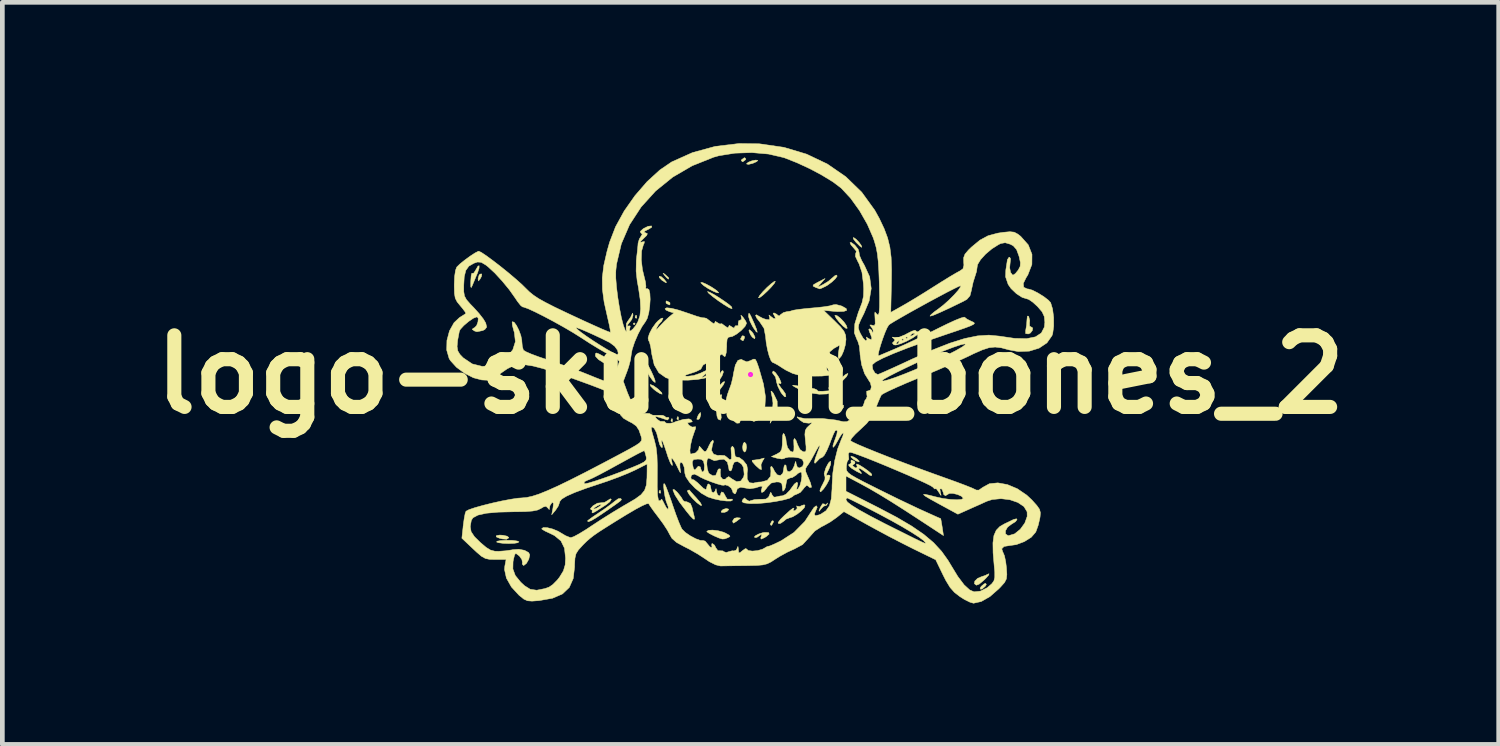
<source format=kicad_pcb>
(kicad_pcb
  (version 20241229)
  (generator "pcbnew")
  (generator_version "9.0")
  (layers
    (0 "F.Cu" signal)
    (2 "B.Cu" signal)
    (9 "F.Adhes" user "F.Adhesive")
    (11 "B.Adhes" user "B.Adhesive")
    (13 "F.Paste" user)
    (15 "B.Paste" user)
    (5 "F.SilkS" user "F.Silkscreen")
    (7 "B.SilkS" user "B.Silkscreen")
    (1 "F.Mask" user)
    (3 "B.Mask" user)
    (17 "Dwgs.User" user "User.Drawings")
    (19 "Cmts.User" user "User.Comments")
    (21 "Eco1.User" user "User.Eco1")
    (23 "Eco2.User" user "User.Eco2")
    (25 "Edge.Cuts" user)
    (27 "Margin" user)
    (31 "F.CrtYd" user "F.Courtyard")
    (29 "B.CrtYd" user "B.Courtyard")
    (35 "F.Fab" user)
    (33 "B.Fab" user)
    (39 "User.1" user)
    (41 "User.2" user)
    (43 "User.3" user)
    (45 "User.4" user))
  (footprint "logo-skull_n_bones_2"
    (layer "F.Cu")
    (at 12.925 4.922)
    (property "Reference" "logo-skull_n_bones_2" (at 0 0 0) (layer "F.SilkS") (effects (font (size 1.524 1.524) (thickness 0.3))))
    (attr through_hole)
    (fp_poly (pts (xy -2.455 -1.079) (xy -2.477 -1.058) (xy -2.498 -1.079) (xy -2.477 -1.101) (xy -2.455 -1.079)) (stroke (width 0.01) (type solid)) (fill yes) (layer "F.SilkS"))
    (fp_poly (pts (xy -2.427 -1.256) (xy -2.422 -1.206) (xy -2.427 -1.199) (xy -2.452 -1.205) (xy -2.455 -1.228) (xy -2.44 -1.263) (xy -2.427 -1.256)) (stroke (width 0.01) (type solid)) (fill yes) (layer "F.SilkS"))
    (fp_poly (pts (xy -1.919 2.469) (xy -1.914 2.52) (xy -1.919 2.526) (xy -1.944 2.52) (xy -1.947 2.498) (xy -1.932 2.463) (xy -1.919 2.469)) (stroke (width 0.01) (type solid)) (fill yes) (layer "F.SilkS"))
    (fp_poly (pts (xy -1.665 0.945) (xy -1.66 0.996) (xy -1.665 1.002) (xy -1.69 0.996) (xy -1.693 0.974) (xy -1.678 0.939) (xy -1.665 0.945)) (stroke (width 0.01) (type solid)) (fill yes) (layer "F.SilkS"))
    (fp_poly (pts (xy -1.538 0.903) (xy -1.533 0.953) (xy -1.538 0.96) (xy -1.563 0.954) (xy -1.566 0.931) (xy -1.551 0.896) (xy -1.538 0.903)) (stroke (width 0.01) (type solid)) (fill yes) (layer "F.SilkS"))
    (fp_poly (pts (xy 0.489 3.119) (xy 0.482 3.152) (xy 0.448 3.211) (xy 0.426 3.201) (xy 0.423 3.177) (xy 0.454 3.12) (xy 0.465 3.112) (xy 0.489 3.119)) (stroke (width 0.01) (type solid)) (fill yes) (layer "F.SilkS"))
    (fp_poly (pts (xy 1.98 0.699) (xy 1.937 0.748) (xy 1.897 0.762) (xy 1.88 0.738) (xy 1.906 0.697) (xy 1.958 0.653) (xy 1.979 0.652) (xy 1.98 0.699)) (stroke (width 0.01) (type solid)) (fill yes) (layer "F.SilkS"))
    (fp_poly (pts (xy -5.726 -2.091) (xy -5.757 -2.032) (xy -5.79 -1.992) (xy -5.799 -2.03) (xy -5.799 -2.04) (xy -5.777 -2.117) (xy -5.757 -2.138) (xy -5.72 -2.141) (xy -5.726 -2.091)) (stroke (width 0.01) (type solid)) (fill yes) (layer "F.SilkS"))
    (fp_poly (pts (xy -1.901 -2.083) (xy -1.842 -2.032) (xy -1.789 -1.965) (xy -1.799 -1.952) (xy -1.87 -1.996) (xy -1.886 -2.007) (xy -1.94 -2.062) (xy -1.943 -2.092) (xy -1.901 -2.083)) (stroke (width 0.01) (type solid)) (fill yes) (layer "F.SilkS"))
    (fp_poly (pts (xy -1.84 -2.146) (xy -1.81 -2.122) (xy -1.744 -2.06) (xy -1.744 -2.033) (xy -1.752 -2.032) (xy -1.787 -2.061) (xy -1.826 -2.106) (xy -1.862 -2.156) (xy -1.84 -2.146)) (stroke (width 0.01) (type solid)) (fill yes) (layer "F.SilkS"))
    (fp_poly (pts (xy -1.723 -1.535) (xy -1.714 -1.524) (xy -1.716 -1.485) (xy -1.731 -1.482) (xy -1.791 -1.513) (xy -1.799 -1.524) (xy -1.797 -1.563) (xy -1.783 -1.566) (xy -1.723 -1.535)) (stroke (width 0.01) (type solid)) (fill yes) (layer "F.SilkS"))
    (fp_poly (pts (xy -0.471 2.863) (xy -0.466 2.877) (xy -0.501 2.914) (xy -0.553 2.934) (xy -0.617 2.935) (xy -0.625 2.911) (xy -0.583 2.871) (xy -0.518 2.852) (xy -0.471 2.863)) (stroke (width 0.01) (type solid)) (fill yes) (layer "F.SilkS"))
    (fp_poly (pts (xy -0.133 -0.816) (xy -0.127 -0.786) (xy -0.149 -0.728) (xy -0.169 -0.72) (xy -0.21 -0.75) (xy -0.212 -0.76) (xy -0.181 -0.817) (xy -0.169 -0.826) (xy -0.133 -0.816)) (stroke (width 0.01) (type solid)) (fill yes) (layer "F.SilkS"))
    (fp_poly (pts (xy -0.099 -4.588) (xy -0.106 -4.572) (xy -0.162 -4.531) (xy -0.174 -4.53) (xy -0.197 -4.556) (xy -0.191 -4.572) (xy -0.134 -4.613) (xy -0.122 -4.614) (xy -0.099 -4.588)) (stroke (width 0.01) (type solid)) (fill yes) (layer "F.SilkS"))
    (fp_poly (pts (xy -0.095 1.476) (xy -0.085 1.545) (xy -0.099 1.625) (xy -0.127 1.651) (xy -0.159 1.615) (xy -0.169 1.545) (xy -0.155 1.466) (xy -0.127 1.439) (xy -0.095 1.476)) (stroke (width 0.01) (type solid)) (fill yes) (layer "F.SilkS"))
    (fp_poly (pts (xy 2.207 1.759) (xy 2.267 1.798) (xy 2.314 1.844) (xy 2.307 1.86) (xy 2.243 1.837) (xy 2.183 1.798) (xy 2.136 1.752) (xy 2.143 1.736) (xy 2.207 1.759)) (stroke (width 0.01) (type solid)) (fill yes) (layer "F.SilkS"))
    (fp_poly (pts (xy 5.019 4.47) (xy 4.995 4.508) (xy 4.932 4.562) (xy 4.9 4.572) (xy 4.887 4.547) (xy 4.911 4.508) (xy 4.974 4.455) (xy 5.006 4.445) (xy 5.019 4.47)) (stroke (width 0.01) (type solid)) (fill yes) (layer "F.SilkS"))
    (fp_poly (pts (xy -1.059 0.845) (xy -1.059 0.855) (xy -1.081 0.931) (xy -1.101 0.953) (xy -1.14 0.955) (xy -1.142 0.944) (xy -1.121 0.883) (xy -1.101 0.847) (xy -1.068 0.807) (xy -1.059 0.845)) (stroke (width 0.01) (type solid)) (fill yes) (layer "F.SilkS"))
    (fp_poly (pts (xy -0.224 3.053) (xy -0.215 3.06) (xy -0.259 3.093) (xy -0.307 3.129) (xy -0.364 3.163) (xy -0.38 3.135) (xy -0.381 3.117) (xy -0.345 3.06) (xy -0.289 3.048) (xy -0.224 3.053)) (stroke (width 0.01) (type solid)) (fill yes) (layer "F.SilkS"))
    (fp_poly (pts (xy 0.031 -0.908) (xy 0.059 -0.869) (xy 0.096 -0.795) (xy 0.089 -0.762) (xy 0.087 -0.762) (xy 0.037 -0.795) (xy -0.002 -0.85) (xy -0.035 -0.934) (xy -0.02 -0.954) (xy 0.031 -0.908)) (stroke (width 0.01) (type solid)) (fill yes) (layer "F.SilkS"))
    (fp_poly (pts (xy -5.271 3.421) (xy -5.18 3.441) (xy -5.145 3.47) (xy -5.146 3.476) (xy -5.192 3.506) (xy -5.283 3.499) (xy -5.345 3.484) (xy -5.413 3.455) (xy -5.409 3.429) (xy -5.341 3.417) (xy -5.271 3.421)) (stroke (width 0.01) (type solid)) (fill yes) (layer "F.SilkS"))
    (fp_poly (pts (xy 0.155 -4.558) (xy 0.133 -4.533) (xy 0.055 -4.498) (xy 0.044 -4.494) (xy -0.043 -4.473) (xy -0.084 -4.482) (xy -0.085 -4.485) (xy -0.049 -4.518) (xy 0.03 -4.549) (xy 0.112 -4.565) (xy 0.155 -4.558)) (stroke (width 0.01) (type solid)) (fill yes) (layer "F.SilkS"))
    (fp_poly (pts (xy -2.067 0.238) (xy -1.977 0.302) (xy -1.96 0.316) (xy -1.89 0.388) (xy -1.882 0.418) (xy -1.926 0.406) (xy -2.011 0.352) (xy -2.053 0.319) (xy -2.121 0.254) (xy -2.138 0.217) (xy -2.13 0.213) (xy -2.067 0.238)) (stroke (width 0.01) (type solid)) (fill yes) (layer "F.SilkS"))
    (fp_poly (pts (xy -0.551 0.158) (xy -0.578 0.219) (xy -0.645 0.31) (xy -0.68 0.349) (xy -0.746 0.412) (xy -0.773 0.423) (xy -0.766 0.402) (xy -0.707 0.304) (xy -0.641 0.217) (xy -0.584 0.16) (xy -0.553 0.15) (xy -0.551 0.158)) (stroke (width 0.01) (type solid)) (fill yes) (layer "F.SilkS"))
    (fp_poly (pts (xy 1.841 -1.253) (xy 1.912 -1.199) (xy 1.987 -1.121) (xy 2.037 -1.048) (xy 2.059 -0.986) (xy 2.033 -0.982) (xy 1.968 -1.032) (xy 1.894 -1.109) (xy 1.826 -1.194) (xy 1.796 -1.252) (xy 1.798 -1.262) (xy 1.841 -1.253)) (stroke (width 0.01) (type solid)) (fill yes) (layer "F.SilkS"))
    (fp_poly (pts (xy 2.198 -2.914) (xy 2.248 -2.879) (xy 2.307 -2.817) (xy 2.354 -2.753) (xy 2.369 -2.713) (xy 2.362 -2.709) (xy 2.324 -2.737) (xy 2.254 -2.806) (xy 2.24 -2.821) (xy 2.189 -2.888) (xy 2.188 -2.915) (xy 2.198 -2.914)) (stroke (width 0.01) (type solid)) (fill yes) (layer "F.SilkS"))
    (fp_poly (pts (xy -5.066 3.53) (xy -4.965 3.544) (xy -4.929 3.56) (xy -4.952 3.58) (xy -5.033 3.593) (xy -5.146 3.597) (xy -5.264 3.593) (xy -5.362 3.58) (xy -5.405 3.565) (xy -5.394 3.548) (xy -5.316 3.534) (xy -5.204 3.528) (xy -5.066 3.53)) (stroke (width 0.01) (type solid)) (fill yes) (layer "F.SilkS"))
    (fp_poly (pts (xy -0.949 -1.927) (xy -0.85 -1.874) (xy -0.754 -1.812) (xy -0.701 -1.771) (xy -0.677 -1.738) (xy -0.713 -1.741) (xy -0.794 -1.774) (xy -0.9 -1.83) (xy -0.997 -1.894) (xy -1.053 -1.946) (xy -1.058 -1.959) (xy -1.027 -1.96) (xy -0.949 -1.927)) (stroke (width 0.01) (type solid)) (fill yes) (layer "F.SilkS"))
    (fp_poly (pts (xy 0.486 0.399) (xy 0.567 0.566) (xy 0.569 0.746) (xy 0.508 0.893) (xy 0.416 1.037) (xy 0.447 0.868) (xy 0.472 0.715) (xy 0.478 0.606) (xy 0.465 0.504) (xy 0.452 0.445) (xy 0.435 0.362) (xy 0.446 0.352) (xy 0.486 0.399)) (stroke (width 0.01) (type solid)) (fill yes) (layer "F.SilkS"))
    (fp_poly (pts (xy 0.511 -1.946) (xy 0.447 -1.868) (xy 0.359 -1.777) (xy 0.262 -1.688) (xy 0.194 -1.637) (xy 0.169 -1.634) (xy 0.196 -1.684) (xy 0.263 -1.763) (xy 0.35 -1.852) (xy 0.437 -1.93) (xy 0.503 -1.979) (xy 0.528 -1.984) (xy 0.511 -1.946)) (stroke (width 0.01) (type solid)) (fill yes) (layer "F.SilkS"))
    (fp_poly (pts (xy -1.302 2.459) (xy -1.269 2.498) (xy -1.198 2.578) (xy -1.145 2.636) (xy -1.062 2.736) (xy -1.039 2.786) (xy -1.069 2.782) (xy -1.144 2.726) (xy -1.227 2.646) (xy -1.304 2.556) (xy -1.342 2.489) (xy -1.341 2.47) (xy -1.305 2.456) (xy -1.302 2.459)) (stroke (width 0.01) (type solid)) (fill yes) (layer "F.SilkS"))
    (fp_poly (pts (xy 0.008 -1.242) (xy 0.065 -1.116) (xy 0.077 -1.09) (xy 0.13 -0.959) (xy 0.143 -0.899) (xy 0.12 -0.912) (xy 0.059 -0.999) (xy 0.042 -1.027) (xy -0.014 -1.139) (xy -0.042 -1.235) (xy -0.042 -1.245) (xy -0.039 -1.298) (xy -0.024 -1.3) (xy 0.008 -1.242)) (stroke (width 0.01) (type solid)) (fill yes) (layer "F.SilkS"))
    (fp_poly (pts (xy -2.223 -0.262) (xy -2.171 -0.18) (xy -2.115 -0.072) (xy -2.065 0.038) (xy -2.032 0.126) (xy -2.029 0.168) (xy -2.032 0.169) (xy -2.075 0.137) (xy -2.136 0.055) (xy -2.151 0.032) (xy -2.221 -0.1) (xy -2.264 -0.211) (xy -2.273 -0.281) (xy -2.257 -0.296) (xy -2.223 -0.262)) (stroke (width 0.01) (type solid)) (fill yes) (layer "F.SilkS"))
    (fp_poly (pts (xy -0.577 -0.053) (xy -0.605 0.025) (xy -0.608 0.032) (xy -0.666 0.122) (xy -0.735 0.205) (xy -0.799 0.264) (xy -0.84 0.281) (xy -0.847 0.267) (xy -0.818 0.21) (xy -0.763 0.149) (xy -0.689 0.061) (xy -0.654 -0.006) (xy -0.616 -0.071) (xy -0.589 -0.085) (xy -0.577 -0.053)) (stroke (width 0.01) (type solid)) (fill yes) (layer "F.SilkS"))
    (fp_poly (pts (xy 0.279 1.809) (xy 0.26 1.833) (xy 0.223 1.918) (xy 0.227 1.968) (xy 0.234 2.022) (xy 0.195 2.012) (xy 0.116 1.942) (xy 0.097 1.922) (xy 0.037 1.853) (xy 0.035 1.825) (xy 0.083 1.82) (xy 0.193 1.805) (xy 0.24 1.791) (xy 0.292 1.777) (xy 0.279 1.809)) (stroke (width 0.01) (type solid)) (fill yes) (layer "F.SilkS"))
    (fp_poly (pts (xy 1.636 2.754) (xy 1.609 2.789) (xy 1.599 2.787) (xy 1.554 2.805) (xy 1.504 2.857) (xy 1.461 2.91) (xy 1.458 2.897) (xy 1.488 2.825) (xy 1.533 2.751) (xy 1.568 2.755) (xy 1.569 2.755) (xy 1.603 2.781) (xy 1.622 2.755) (xy 1.638 2.734) (xy 1.636 2.754)) (stroke (width 0.01) (type solid)) (fill yes) (layer "F.SilkS"))
    (fp_poly (pts (xy 2.074 -0.016) (xy 2.042 0.046) (xy 1.961 0.129) (xy 1.856 0.21) (xy 1.791 0.249) (xy 1.708 0.285) (xy 1.662 0.294) (xy 1.67 0.275) (xy 1.714 0.247) (xy 1.798 0.189) (xy 1.904 0.1) (xy 1.937 0.071) (xy 2.018 0.003) (xy 2.067 -0.023) (xy 2.074 -0.016)) (stroke (width 0.01) (type solid)) (fill yes) (layer "F.SilkS"))
    (fp_poly (pts (xy 5.069 4.268) (xy 5.011 4.334) (xy 4.964 4.38) (xy 4.867 4.461) (xy 4.808 4.484) (xy 4.769 4.455) (xy 4.765 4.45) (xy 4.774 4.397) (xy 4.833 4.339) (xy 4.914 4.304) (xy 4.919 4.303) (xy 5.006 4.273) (xy 5.027 4.261) (xy 5.076 4.24) (xy 5.069 4.268)) (stroke (width 0.01) (type solid)) (fill yes) (layer "F.SilkS"))
    (fp_poly (pts (xy -0.874 -1.754) (xy -0.785 -1.707) (xy -0.672 -1.638) (xy -0.557 -1.561) (xy -0.46 -1.491) (xy -0.403 -1.44) (xy -0.4 -1.435) (xy -0.393 -1.401) (xy -0.451 -1.42) (xy -0.572 -1.494) (xy -0.69 -1.574) (xy -0.807 -1.661) (xy -0.888 -1.729) (xy -0.916 -1.765) (xy -0.915 -1.766) (xy -0.874 -1.754)) (stroke (width 0.01) (type solid)) (fill yes) (layer "F.SilkS"))
    (fp_poly (pts (xy -0.691 3.325) (xy -0.579 3.355) (xy -0.533 3.375) (xy -0.451 3.421) (xy -0.438 3.449) (xy -0.486 3.474) (xy -0.487 3.475) (xy -0.552 3.498) (xy -0.603 3.501) (xy -0.672 3.479) (xy -0.772 3.436) (xy -0.871 3.386) (xy -0.927 3.348) (xy -0.931 3.34) (xy -0.895 3.316) (xy -0.806 3.311) (xy -0.691 3.325)) (stroke (width 0.01) (type solid)) (fill yes) (layer "F.SilkS"))
    (fp_poly (pts (xy 5.916 -1.242) (xy 5.922 -1.234) (xy 5.943 -1.146) (xy 5.938 -1.096) (xy 5.941 -1.03) (xy 5.967 -1.016) (xy 6.006 -0.991) (xy 5.998 -0.936) (xy 5.956 -0.883) (xy 5.912 -0.864) (xy 5.856 -0.872) (xy 5.856 -0.934) (xy 5.858 -0.945) (xy 5.877 -1.058) (xy 5.884 -1.164) (xy 5.893 -1.244) (xy 5.916 -1.242)) (stroke (width 0.01) (type solid)) (fill yes) (layer "F.SilkS"))
    (fp_poly (pts (xy 0.384 3.363) (xy 0.396 3.395) (xy 0.333 3.45) (xy 0.288 3.476) (xy 0.225 3.503) (xy 0.218 3.476) (xy 0.229 3.445) (xy 0.243 3.393) (xy 0.214 3.41) (xy 0.206 3.418) (xy 0.138 3.464) (xy 0.11 3.471) (xy 0.08 3.459) (xy 0.108 3.429) (xy 0.175 3.394) (xy 0.259 3.367) (xy 0.295 3.361) (xy 0.384 3.363)) (stroke (width 0.01) (type solid)) (fill yes) (layer "F.SilkS"))
    (fp_poly (pts (xy -5.778 -2.265) (xy -5.81 -2.164) (xy -5.815 -2.154) (xy -5.869 -2.024) (xy -5.917 -1.908) (xy -5.918 -1.905) (xy -5.943 -1.852) (xy -5.954 -1.864) (xy -5.955 -1.948) (xy -5.954 -1.996) (xy -5.946 -2.103) (xy -5.932 -2.156) (xy -5.924 -2.154) (xy -5.892 -2.158) (xy -5.849 -2.224) (xy -5.848 -2.227) (xy -5.802 -2.307) (xy -5.777 -2.316) (xy -5.778 -2.265)) (stroke (width 0.01) (type solid)) (fill yes) (layer "F.SilkS"))
    (fp_poly (pts (xy -2.766 2.639) (xy -2.751 2.652) (xy -2.749 2.666) (xy -2.77 2.69) (xy -2.827 2.733) (xy -2.93 2.806) (xy -3.086 2.915) (xy -3.265 3.035) (xy -3.385 3.107) (xy -3.451 3.133) (xy -3.471 3.117) (xy -3.439 3.089) (xy -3.353 3.027) (xy -3.233 2.946) (xy -3.228 2.943) (xy -3.087 2.847) (xy -2.963 2.756) (xy -2.889 2.697) (xy -2.815 2.644) (xy -2.767 2.638) (xy -2.766 2.639)) (stroke (width 0.01) (type solid)) (fill yes) (layer "F.SilkS"))
    (fp_poly (pts (xy -1.569 2.496) (xy -1.545 2.523) (xy -1.477 2.61) (xy -1.441 2.67) (xy -1.439 2.678) (xy -1.404 2.703) (xy -1.355 2.709) (xy -1.28 2.745) (xy -1.246 2.826) (xy -1.219 2.941) (xy -1.2 3.016) (xy -1.191 3.078) (xy -1.217 3.077) (xy -1.283 3.01) (xy -1.365 2.91) (xy -1.512 2.716) (xy -1.608 2.564) (xy -1.65 2.464) (xy -1.651 2.45) (xy -1.628 2.446) (xy -1.569 2.496)) (stroke (width 0.01) (type solid)) (fill yes) (layer "F.SilkS"))
    (fp_poly (pts (xy -0.611 0.434) (xy -0.624 0.502) (xy -0.629 0.514) (xy -0.644 0.612) (xy -0.64 0.746) (xy -0.634 0.789) (xy -0.623 0.919) (xy -0.64 0.972) (xy -0.688 0.949) (xy -0.691 0.945) (xy -0.714 0.885) (xy -0.72 0.816) (xy -0.734 0.748) (xy -0.762 0.741) (xy -0.797 0.753) (xy -0.796 0.719) (xy -0.758 0.625) (xy -0.733 0.573) (xy -0.678 0.477) (xy -0.633 0.428) (xy -0.611 0.434)) (stroke (width 0.01) (type solid)) (fill yes) (layer "F.SilkS"))
    (fp_poly (pts (xy 0.953 0.233) (xy 1.08 0.255) (xy 1.23 0.278) (xy 1.259 0.282) (xy 1.363 0.304) (xy 1.416 0.329) (xy 1.418 0.339) (xy 1.444 0.354) (xy 1.531 0.356) (xy 1.599 0.351) (xy 1.715 0.344) (xy 1.755 0.354) (xy 1.736 0.377) (xy 1.625 0.414) (xy 1.464 0.419) (xy 1.28 0.393) (xy 1.1 0.34) (xy 1.037 0.313) (xy 0.929 0.257) (xy 0.894 0.23) (xy 0.929 0.229) (xy 0.953 0.233)) (stroke (width 0.01) (type solid)) (fill yes) (layer "F.SilkS"))
    (fp_poly (pts (xy 0.53 -0.041) (xy 0.59 0.042) (xy 0.618 0.092) (xy 0.65 0.169) (xy 0.645 0.196) (xy 0.638 0.193) (xy 0.596 0.181) (xy 0.603 0.218) (xy 0.653 0.29) (xy 0.682 0.322) (xy 0.74 0.405) (xy 0.753 0.47) (xy 0.724 0.472) (xy 0.669 0.412) (xy 0.643 0.373) (xy 0.584 0.256) (xy 0.552 0.154) (xy 0.55 0.135) (xy 0.532 0.052) (xy 0.508 0.021) (xy 0.467 -0.035) (xy 0.466 -0.047) (xy 0.484 -0.075) (xy 0.53 -0.041)) (stroke (width 0.01) (type solid)) (fill yes) (layer "F.SilkS"))
    (fp_poly (pts (xy 1.844 -2.095) (xy 1.806 -2.04) (xy 1.733 -1.971) (xy 1.645 -1.906) (xy 1.6 -1.879) (xy 1.516 -1.839) (xy 1.473 -1.823) (xy 1.473 -1.823) (xy 1.429 -1.839) (xy 1.376 -1.859) (xy 1.33 -1.884) (xy 1.342 -1.913) (xy 1.422 -1.959) (xy 1.44 -1.968) (xy 1.587 -2.044) (xy 1.503 -1.947) (xy 1.418 -1.851) (xy 1.548 -1.918) (xy 1.655 -1.983) (xy 1.732 -2.049) (xy 1.733 -2.05) (xy 1.798 -2.105) (xy 1.832 -2.117) (xy 1.844 -2.095)) (stroke (width 0.01) (type solid)) (fill yes) (layer "F.SilkS"))
    (fp_poly (pts (xy -3.227 -0.439) (xy -3.123 -0.383) (xy -3.075 -0.356) (xy -2.963 -0.289) (xy -2.912 -0.241) (xy -2.911 -0.192) (xy -2.927 -0.155) (xy -2.97 -0.075) (xy -2.993 -0.051) (xy -3.016 -0.067) (xy -3.02 -0.071) (xy -3.047 -0.123) (xy -3.033 -0.155) (xy -3.006 -0.148) (xy -2.966 -0.138) (xy -2.963 -0.145) (xy -2.997 -0.176) (xy -3.084 -0.228) (xy -3.133 -0.254) (xy -3.235 -0.319) (xy -3.295 -0.382) (xy -3.302 -0.403) (xy -3.299 -0.446) (xy -3.28 -0.459) (xy -3.227 -0.439)) (stroke (width 0.01) (type solid)) (fill yes) (layer "F.SilkS"))
    (fp_poly (pts (xy 1.16 2.787) (xy 1.145 2.834) (xy 1.08 2.902) (xy 0.99 2.973) (xy 0.898 3.028) (xy 0.834 3.048) (xy 0.757 3.078) (xy 0.72 3.111) (xy 0.643 3.166) (xy 0.6 3.175) (xy 0.587 3.151) (xy 0.638 3.082) (xy 0.715 3.006) (xy 0.839 2.894) (xy 0.91 2.842) (xy 0.926 2.849) (xy 0.91 2.878) (xy 0.917 2.902) (xy 0.95 2.895) (xy 0.993 2.85) (xy 0.988 2.821) (xy 0.982 2.795) (xy 0.995 2.804) (xy 1.052 2.809) (xy 1.082 2.792) (xy 1.142 2.772) (xy 1.16 2.787)) (stroke (width 0.01) (type solid)) (fill yes) (layer "F.SilkS"))
    (fp_poly (pts (xy 1.707 1.851) (xy 1.706 1.912) (xy 1.671 2.006) (xy 1.67 2.008) (xy 1.621 2.11) (xy 1.614 2.15) (xy 1.647 2.14) (xy 1.651 2.138) (xy 1.689 2.145) (xy 1.693 2.167) (xy 1.672 2.242) (xy 1.62 2.341) (xy 1.556 2.434) (xy 1.5 2.491) (xy 1.484 2.498) (xy 1.477 2.466) (xy 1.509 2.386) (xy 1.532 2.345) (xy 1.584 2.236) (xy 1.586 2.172) (xy 1.58 2.166) (xy 1.567 2.109) (xy 1.601 1.995) (xy 1.61 1.975) (xy 1.659 1.884) (xy 1.698 1.846) (xy 1.707 1.851)) (stroke (width 0.01) (type solid)) (fill yes) (layer "F.SilkS"))
    (fp_poly (pts (xy -2.963 2.656) (xy -2.995 2.708) (xy -3.069 2.768) (xy -3.187 2.844) (xy -3.29 2.91) (xy -3.357 2.946) (xy -3.375 2.938) (xy -3.372 2.932) (xy -3.37 2.885) (xy -3.395 2.877) (xy -3.403 2.86) (xy -3.344 2.86) (xy -3.313 2.86) (xy -3.26 2.836) (xy -3.193 2.793) (xy -3.175 2.77) (xy -3.206 2.77) (xy -3.26 2.794) (xy -3.326 2.838) (xy -3.344 2.86) (xy -3.403 2.86) (xy -3.406 2.854) (xy -3.358 2.799) (xy -3.348 2.791) (xy -3.258 2.738) (xy -3.183 2.73) (xy -3.183 2.73) (xy -3.107 2.722) (xy -3.042 2.683) (xy -2.984 2.645) (xy -2.963 2.656)) (stroke (width 0.01) (type solid)) (fill yes) (layer "F.SilkS"))
    (fp_poly (pts (xy 2.214 1.851) (xy 2.223 1.863) (xy 2.218 1.902) (xy 2.201 1.905) (xy 2.174 1.931) (xy 2.18 1.947) (xy 2.236 1.988) (xy 2.249 1.99) (xy 2.272 1.964) (xy 2.265 1.947) (xy 2.256 1.908) (xy 2.263 1.905) (xy 2.318 1.927) (xy 2.405 1.981) (xy 2.497 2.046) (xy 2.564 2.103) (xy 2.582 2.127) (xy 2.573 2.155) (xy 2.533 2.14) (xy 2.446 2.076) (xy 2.444 2.074) (xy 2.351 2.01) (xy 2.303 1.993) (xy 2.308 2.025) (xy 2.334 2.06) (xy 2.365 2.102) (xy 2.348 2.105) (xy 2.27 2.067) (xy 2.257 2.06) (xy 2.152 1.996) (xy 2.093 1.942) (xy 2.093 1.909) (xy 2.117 1.905) (xy 2.144 1.879) (xy 2.138 1.863) (xy 2.14 1.824) (xy 2.154 1.82) (xy 2.214 1.851)) (stroke (width 0.01) (type solid)) (fill yes) (layer "F.SilkS"))
    (fp_poly (pts (xy 0.098 -0.326) (xy 0.128 -0.278) (xy 0.167 -0.17) (xy 0.181 -0.127) (xy 0.276 0.205) (xy 0.318 0.473) (xy 0.307 0.679) (xy 0.294 0.726) (xy 0.227 0.876) (xy 0.149 0.97) (xy 0.071 0.998) (xy 0.029 0.98) (xy -0.033 0.952) (xy -0.056 0.959) (xy -0.105 0.958) (xy -0.147 0.932) (xy -0.197 0.903) (xy -0.211 0.947) (xy -0.212 0.961) (xy -0.234 1.031) (xy -0.291 1.036) (xy -0.371 0.978) (xy -0.446 0.886) (xy -0.516 0.767) (xy -0.537 0.664) (xy -0.526 0.565) (xy -0.492 0.427) (xy -0.449 0.307) (xy -0.444 0.296) (xy -0.407 0.192) (xy -0.373 0.046) (xy -0.361 -0.03) (xy -0.323 -0.202) (xy -0.268 -0.301) (xy -0.198 -0.324) (xy -0.151 -0.299) (xy -0.079 -0.27) (xy 0.001 -0.297) (xy 0.061 -0.327) (xy 0.098 -0.326)) (stroke (width 0.01) (type solid)) (fill yes) (layer "F.SilkS"))
    (fp_poly (pts (xy 3.514 -0.934) (xy 3.546 -0.909) (xy 3.588 -0.915) (xy 3.631 -0.923) (xy 3.609 -0.895) (xy 3.577 -0.868) (xy 3.46 -0.785) (xy 3.324 -0.711) (xy 3.193 -0.655) (xy 3.092 -0.628) (xy 3.051 -0.633) (xy 3.047 -0.638) (xy 3.101 -0.638) (xy 3.107 -0.635) (xy 3.145 -0.665) (xy 3.154 -0.677) (xy 3.165 -0.717) (xy 3.159 -0.72) (xy 3.12 -0.69) (xy 3.111 -0.677) (xy 3.101 -0.638) (xy 3.047 -0.638) (xy 3.019 -0.671) (xy 3.048 -0.699) (xy 3.076 -0.736) (xy 3.071 -0.741) (xy 3.217 -0.741) (xy 3.239 -0.72) (xy 3.26 -0.741) (xy 3.239 -0.762) (xy 3.217 -0.741) (xy 3.071 -0.741) (xy 3.042 -0.771) (xy 3.03 -0.783) (xy 3.302 -0.783) (xy 3.323 -0.762) (xy 3.344 -0.783) (xy 3.323 -0.804) (xy 3.302 -0.783) (xy 3.03 -0.783) (xy 3.015 -0.797) (xy 3.062 -0.787) (xy 3.064 -0.786) (xy 3.155 -0.792) (xy 3.215 -0.816) (xy 3.391 -0.816) (xy 3.433 -0.825) (xy 3.441 -0.828) (xy 3.493 -0.862) (xy 3.494 -0.881) (xy 3.449 -0.876) (xy 3.418 -0.852) (xy 3.391 -0.816) (xy 3.215 -0.816) (xy 3.286 -0.845) (xy 3.329 -0.869) (xy 3.433 -0.922) (xy 3.5 -0.943) (xy 3.514 -0.934)) (stroke (width 0.01) (type solid)) (fill yes) (layer "F.SilkS"))
    (fp_poly (pts (xy 1.922 -1.464) (xy 1.947 -1.455) (xy 2.036 -1.405) (xy 2.047 -1.366) (xy 1.985 -1.344) (xy 1.856 -1.34) (xy 1.77 -1.346) (xy 1.556 -1.366) (xy 1.794 -1.136) (xy 1.918 -1.011) (xy 1.99 -0.918) (xy 2.024 -0.838) (xy 2.032 -0.748) (xy 2.032 -0.747) (xy 2.018 -0.63) (xy 1.983 -0.505) (xy 1.937 -0.4) (xy 1.89 -0.343) (xy 1.877 -0.339) (xy 1.866 -0.375) (xy 1.872 -0.465) (xy 1.875 -0.483) (xy 1.898 -0.627) (xy 1.775 -0.557) (xy 1.686 -0.483) (xy 1.675 -0.414) (xy 1.674 -0.321) (xy 1.65 -0.252) (xy 1.619 -0.157) (xy 1.629 -0.087) (xy 1.672 -0.063) (xy 1.715 -0.085) (xy 1.766 -0.11) (xy 1.775 -0.081) (xy 1.739 -0.021) (xy 1.727 -0.008) (xy 1.656 0.018) (xy 1.521 0.032) (xy 1.341 0.034) (xy 1.137 0.023) (xy 1.019 0.011) (xy 0.896 -0.024) (xy 0.754 -0.093) (xy 0.694 -0.13) (xy 0.584 -0.201) (xy 0.5 -0.246) (xy 0.474 -0.254) (xy 0.438 -0.292) (xy 0.398 -0.392) (xy 0.361 -0.53) (xy 0.333 -0.684) (xy 0.32 -0.814) (xy 0.287 -0.985) (xy 0.198 -1.118) (xy 0.131 -1.203) (xy 0.106 -1.259) (xy 0.127 -1.272) (xy 0.179 -1.24) (xy 0.262 -1.196) (xy 0.331 -1.173) (xy 0.401 -1.166) (xy 0.409 -1.203) (xy 0.403 -1.22) (xy 0.392 -1.266) (xy 0.426 -1.242) (xy 0.429 -1.238) (xy 0.493 -1.192) (xy 0.531 -1.192) (xy 0.519 -1.234) (xy 0.508 -1.249) (xy 0.481 -1.302) (xy 0.5 -1.312) (xy 0.562 -1.281) (xy 0.574 -1.265) (xy 0.612 -1.245) (xy 0.636 -1.272) (xy 0.701 -1.319) (xy 0.769 -1.337) (xy 0.845 -1.348) (xy 0.868 -1.355) (xy 0.908 -1.368) (xy 1.019 -1.386) (xy 1.187 -1.405) (xy 1.397 -1.424) (xy 1.556 -1.441) (xy 1.683 -1.461) (xy 1.753 -1.481) (xy 1.757 -1.483) (xy 1.82 -1.49) (xy 1.922 -1.464)) (stroke (width 0.01) (type solid)) (fill yes) (layer "F.SilkS"))
    (fp_poly (pts (xy -1.679 -1.409) (xy -1.52 -1.368) (xy -1.314 -1.299) (xy -1.274 -1.285) (xy -1.135 -1.237) (xy -1.03 -1.209) (xy -0.981 -1.206) (xy -0.981 -1.206) (xy -0.939 -1.196) (xy -0.866 -1.141) (xy -0.86 -1.136) (xy -0.79 -1.084) (xy -0.762 -1.095) (xy -0.762 -1.098) (xy -0.75 -1.132) (xy -0.7 -1.102) (xy -0.699 -1.101) (xy -0.647 -1.072) (xy -0.635 -1.081) (xy -0.609 -1.081) (xy -0.55 -1.037) (xy -0.485 -0.993) (xy -0.466 -1.015) (xy -0.453 -1.047) (xy -0.403 -1.017) (xy -0.402 -1.016) (xy -0.351 -0.986) (xy -0.339 -1.013) (xy -0.313 -1.043) (xy -0.294 -1.035) (xy -0.262 -1.043) (xy -0.262 -1.086) (xy -0.251 -1.146) (xy -0.224 -1.154) (xy -0.19 -1.176) (xy -0.195 -1.218) (xy -0.205 -1.262) (xy -0.178 -1.24) (xy -0.152 -1.209) (xy -0.1 -1.132) (xy -0.085 -1.089) (xy -0.117 -1.024) (xy -0.196 -0.94) (xy -0.295 -0.862) (xy -0.386 -0.811) (xy -0.42 -0.804) (xy -0.473 -0.794) (xy -0.499 -0.749) (xy -0.508 -0.649) (xy -0.508 -0.593) (xy -0.516 -0.472) (xy -0.535 -0.395) (xy -0.55 -0.381) (xy -0.591 -0.413) (xy -0.593 -0.425) (xy -0.618 -0.432) (xy -0.68 -0.387) (xy -0.684 -0.384) (xy -0.792 -0.309) (xy -0.915 -0.252) (xy -1.004 -0.208) (xy -1.036 -0.161) (xy -1.034 -0.156) (xy -1.06 -0.113) (xy -1.157 -0.064) (xy -1.238 -0.036) (xy -1.357 0.002) (xy -1.401 0.024) (xy -1.377 0.035) (xy -1.332 0.037) (xy -1.211 0.021) (xy -1.072 -0.026) (xy -1.037 -0.042) (xy -0.911 -0.103) (xy -0.855 -0.12) (xy -0.869 -0.093) (xy -0.948 -0.02) (xy -0.953 -0.016) (xy -1.027 0.049) (xy -1.037 0.068) (xy -0.988 0.048) (xy -0.974 0.041) (xy -0.862 -0.027) (xy -0.767 -0.101) (xy -0.699 -0.151) (xy -0.683 -0.137) (xy -0.685 -0.127) (xy -0.732 -0.062) (xy -0.819 0.014) (xy -0.832 0.023) (xy -0.952 0.071) (xy -1.128 0.105) (xy -1.332 0.12) (xy -1.536 0.118) (xy -1.712 0.095) (xy -1.801 0.068) (xy -1.951 -0.038) (xy -2.05 -0.206) (xy -2.103 -0.441) (xy -2.105 -0.459) (xy -2.125 -0.594) (xy -2.151 -0.692) (xy -2.17 -0.725) (xy -2.181 -0.778) (xy -2.151 -0.873) (xy -2.091 -0.987) (xy -2.012 -1.097) (xy -1.966 -1.145) (xy -1.898 -1.198) (xy -1.864 -1.201) (xy -1.863 -1.195) (xy -1.894 -1.13) (xy -1.905 -1.122) (xy -1.955 -1.066) (xy -1.992 -1.003) (xy -2.012 -0.953) (xy -1.992 -0.964) (xy -1.939 -1.023) (xy -1.836 -1.131) (xy -1.736 -1.223) (xy -1.63 -1.311) (xy -1.725 -1.338) (xy -1.799 -1.372) (xy -1.82 -1.401) (xy -1.783 -1.421) (xy -1.679 -1.409)) (stroke (width 0.01) (type solid)) (fill yes) (layer "F.SilkS"))
    (fp_poly (pts (xy 0.191 -4.911) (xy 0.71 -4.836) (xy 1.194 -4.691) (xy 1.635 -4.481) (xy 2.028 -4.21) (xy 2.367 -3.881) (xy 2.644 -3.498) (xy 2.742 -3.321) (xy 2.845 -3.103) (xy 2.918 -2.907) (xy 2.966 -2.711) (xy 2.993 -2.493) (xy 3.002 -2.232) (xy 2.999 -1.95) (xy 2.985 -1.323) (xy 3.217 -1.453) (xy 3.347 -1.528) (xy 3.524 -1.634) (xy 3.723 -1.757) (xy 3.902 -1.87) (xy 4.083 -1.984) (xy 4.247 -2.085) (xy 4.376 -2.161) (xy 4.452 -2.203) (xy 4.454 -2.203) (xy 4.522 -2.251) (xy 4.542 -2.327) (xy 4.537 -2.395) (xy 4.536 -2.486) (xy 4.565 -2.563) (xy 4.639 -2.65) (xy 4.705 -2.714) (xy 4.883 -2.861) (xy 5.056 -2.954) (xy 5.26 -3.009) (xy 5.379 -3.027) (xy 5.521 -3.04) (xy 5.613 -3.03) (xy 5.691 -2.988) (xy 5.751 -2.941) (xy 5.912 -2.76) (xy 5.991 -2.558) (xy 5.989 -2.343) (xy 5.903 -2.121) (xy 5.865 -2.06) (xy 5.806 -1.939) (xy 5.815 -1.857) (xy 5.892 -1.822) (xy 5.917 -1.82) (xy 5.999 -1.796) (xy 6.117 -1.736) (xy 6.241 -1.659) (xy 6.342 -1.581) (xy 6.388 -1.53) (xy 6.429 -1.395) (xy 6.452 -1.216) (xy 6.453 -1.03) (xy 6.432 -0.873) (xy 6.417 -0.828) (xy 6.309 -0.674) (xy 6.142 -0.562) (xy 5.934 -0.498) (xy 5.7 -0.489) (xy 5.499 -0.526) (xy 5.339 -0.569) (xy 5.207 -0.585) (xy 5.079 -0.572) (xy 4.934 -0.525) (xy 4.747 -0.443) (xy 4.654 -0.397) (xy 4.476 -0.314) (xy 4.244 -0.21) (xy 3.979 -0.095) (xy 3.706 0.02) (xy 3.537 0.09) (xy 3.306 0.186) (xy 3.102 0.275) (xy 2.939 0.35) (xy 2.828 0.406) (xy 2.785 0.435) (xy 2.753 0.501) (xy 2.704 0.618) (xy 2.663 0.726) (xy 2.584 0.896) (xy 2.473 1.041) (xy 2.343 1.164) (xy 2.232 1.267) (xy 2.155 1.352) (xy 2.126 1.404) (xy 2.127 1.406) (xy 2.17 1.435) (xy 2.284 1.489) (xy 2.458 1.563) (xy 2.682 1.654) (xy 2.948 1.759) (xy 3.245 1.872) (xy 3.564 1.992) (xy 3.894 2.112) (xy 4.17 2.211) (xy 4.381 2.287) (xy 4.565 2.356) (xy 4.706 2.412) (xy 4.788 2.45) (xy 4.802 2.459) (xy 4.86 2.46) (xy 4.943 2.402) (xy 5.085 2.324) (xy 5.265 2.306) (xy 5.469 2.343) (xy 5.679 2.431) (xy 5.879 2.567) (xy 5.99 2.671) (xy 6.094 2.787) (xy 6.151 2.868) (xy 6.17 2.94) (xy 6.163 3.029) (xy 6.158 3.06) (xy 6.124 3.206) (xy 6.077 3.338) (xy 6.067 3.358) (xy 5.975 3.464) (xy 5.828 3.556) (xy 5.658 3.62) (xy 5.516 3.64) (xy 5.397 3.659) (xy 5.347 3.709) (xy 5.372 3.784) (xy 5.376 3.789) (xy 5.406 3.861) (xy 5.432 3.988) (xy 5.447 4.11) (xy 5.456 4.255) (xy 5.446 4.35) (xy 5.406 4.428) (xy 5.322 4.522) (xy 5.284 4.561) (xy 5.096 4.726) (xy 4.912 4.831) (xy 4.747 4.868) (xy 4.747 4.868) (xy 4.669 4.845) (xy 4.552 4.787) (xy 4.46 4.729) (xy 4.341 4.637) (xy 4.248 4.532) (xy 4.16 4.388) (xy 4.098 4.266) (xy 3.942 3.943) (xy 3.463 3.709) (xy 3.225 3.589) (xy 2.95 3.447) (xy 2.678 3.301) (xy 2.486 3.196) (xy 1.988 2.918) (xy 1.83 3.045) (xy 1.694 3.14) (xy 1.551 3.22) (xy 1.514 3.237) (xy 1.369 3.33) (xy 1.246 3.469) (xy 1.245 3.47) (xy 1.108 3.619) (xy 0.937 3.711) (xy 0.785 3.78) (xy 0.616 3.873) (xy 0.535 3.924) (xy 0.437 3.988) (xy 0.353 4.029) (xy 0.261 4.052) (xy 0.136 4.063) (xy -0.045 4.067) (xy -0.1 4.068) (xy -0.295 4.07) (xy -0.469 4.072) (xy -0.597 4.074) (xy -0.642 4.074) (xy -0.743 4.05) (xy -0.876 3.983) (xy -0.959 3.927) (xy -1.118 3.823) (xy -1.303 3.717) (xy -1.412 3.662) (xy -1.574 3.574) (xy -1.672 3.488) (xy -1.716 3.413) (xy -1.77 3.312) (xy -1.859 3.176) (xy -1.962 3.036) (xy -2.057 2.911) (xy -2.13 2.808) (xy -2.167 2.75) (xy -2.168 2.747) (xy -2.207 2.75) (xy -2.304 2.792) (xy -2.443 2.866) (xy -2.611 2.965) (xy -2.626 2.973) (xy -2.883 3.131) (xy -3.079 3.254) (xy -3.226 3.348) (xy -3.336 3.424) (xy -3.419 3.489) (xy -3.489 3.55) (xy -3.557 3.617) (xy -3.575 3.636) (xy -3.664 3.734) (xy -3.715 3.815) (xy -3.737 3.91) (xy -3.745 4.051) (xy -3.745 4.095) (xy -3.774 4.342) (xy -3.858 4.532) (xy -4.003 4.67) (xy -4.213 4.761) (xy -4.495 4.811) (xy -4.503 4.812) (xy -4.651 4.823) (xy -4.748 4.815) (xy -4.824 4.781) (xy -4.912 4.71) (xy -4.927 4.698) (xy -5.09 4.521) (xy -5.196 4.333) (xy -5.236 4.152) (xy -5.23 4.08) (xy -5.203 3.937) (xy -5.434 3.937) (xy -5.555 3.934) (xy -5.643 3.915) (xy -5.726 3.869) (xy -5.828 3.782) (xy -5.904 3.711) (xy -6.144 3.484) (xy -6.117 3.237) (xy -5.966 3.237) (xy -5.947 3.345) (xy -5.876 3.452) (xy -5.753 3.573) (xy -5.627 3.68) (xy -5.532 3.738) (xy -5.441 3.761) (xy -5.361 3.763) (xy -5.213 3.752) (xy -5.076 3.732) (xy -5.059 3.728) (xy -4.93 3.719) (xy -4.81 3.742) (xy -4.724 3.789) (xy -4.699 3.838) (xy -4.72 3.932) (xy -4.769 4.019) (xy -4.825 4.063) (xy -4.832 4.064) (xy -4.86 4.033) (xy -4.855 4.004) (xy -4.866 3.939) (xy -4.919 3.863) (xy -4.984 3.814) (xy -5.004 3.81) (xy -5.024 3.847) (xy -5.047 3.941) (xy -5.055 3.985) (xy -5.058 4.139) (xy -5.007 4.278) (xy -4.892 4.419) (xy -4.809 4.496) (xy -4.689 4.571) (xy -4.551 4.591) (xy -4.376 4.556) (xy -4.288 4.525) (xy -4.209 4.471) (xy -4.113 4.374) (xy -4.065 4.313) (xy -3.983 4.179) (xy -3.945 4.051) (xy -3.937 3.908) (xy -3.96 3.696) (xy -4.035 3.542) (xy -4.172 3.428) (xy -4.263 3.383) (xy -4.37 3.333) (xy -4.436 3.294) (xy -4.445 3.282) (xy -4.411 3.256) (xy -4.324 3.26) (xy -4.212 3.288) (xy -4.098 3.335) (xy -4.047 3.365) (xy -3.936 3.431) (xy -3.843 3.468) (xy -3.821 3.471) (xy -3.758 3.449) (xy -3.644 3.387) (xy -3.497 3.297) (xy -3.389 3.225) (xy -3.179 3.087) (xy -2.938 2.936) (xy -2.707 2.797) (xy -2.641 2.759) (xy -2.454 2.649) (xy -2.33 2.558) (xy -2.255 2.466) (xy -2.217 2.353) (xy -2.204 2.198) (xy -2.202 2.063) (xy -2.201 1.904) (xy -2.461 2.035) (xy -2.614 2.104) (xy -2.818 2.186) (xy -3.039 2.267) (xy -3.17 2.311) (xy -3.494 2.419) (xy -3.74 2.51) (xy -3.914 2.587) (xy -4.019 2.651) (xy -4.062 2.705) (xy -4.063 2.715) (xy -4.09 2.796) (xy -4.148 2.885) (xy -4.232 2.985) (xy -4.205 2.84) (xy -4.194 2.745) (xy -4.214 2.721) (xy -4.227 2.726) (xy -4.27 2.791) (xy -4.276 2.828) (xy -4.284 2.875) (xy -4.314 2.841) (xy -4.315 2.84) (xy -4.353 2.804) (xy -4.411 2.819) (xy -4.461 2.85) (xy -4.533 2.884) (xy -4.636 2.905) (xy -4.788 2.917) (xy -5.006 2.921) (xy -5.034 2.921) (xy -5.368 2.929) (xy -5.623 2.952) (xy -5.802 2.992) (xy -5.908 3.049) (xy -5.943 3.104) (xy -5.966 3.237) (xy -6.117 3.237) (xy -6.115 3.213) (xy -6.095 3.068) (xy -6.074 2.958) (xy -6.056 2.91) (xy -5.994 2.877) (xy -5.868 2.834) (xy -5.697 2.786) (xy -5.501 2.737) (xy -5.298 2.692) (xy -5.109 2.656) (xy -4.953 2.632) (xy -4.865 2.626) (xy -4.766 2.617) (xy -4.647 2.591) (xy -4.501 2.544) (xy -4.323 2.472) (xy -4.104 2.374) (xy -3.984 2.316) (xy -3.545 2.316) (xy -3.518 2.324) (xy -3.442 2.308) (xy -3.306 2.267) (xy -3.172 2.222) (xy -2.969 2.151) (xy -2.738 2.064) (xy -2.528 1.981) (xy -2.527 1.981) (xy -2.366 1.913) (xy -2.271 1.864) (xy -2.225 1.823) (xy -2.216 1.778) (xy -2.224 1.738) (xy -2.247 1.654) (xy -2.261 1.62) (xy -2.299 1.636) (xy -2.399 1.686) (xy -2.546 1.765) (xy -2.728 1.865) (xy -2.84 1.926) (xy -3.04 2.036) (xy -3.216 2.13) (xy -3.353 2.199) (xy -3.439 2.238) (xy -3.458 2.244) (xy -3.526 2.275) (xy -3.535 2.286) (xy -3.545 2.316) (xy -3.984 2.316) (xy -3.838 2.245) (xy -3.518 2.083) (xy -3.138 1.885) (xy -2.766 1.688) (xy -2.571 1.583) (xy -2.44 1.508) (xy -2.361 1.454) (xy -2.324 1.411) (xy -2.316 1.369) (xy -2.327 1.321) (xy -2.375 1.182) (xy -2.406 1.135) (xy -2.113 1.135) (xy -2.1 1.212) (xy -2.059 1.357) (xy -2.046 1.4) (xy -2.011 1.544) (xy -1.991 1.716) (xy -1.984 1.935) (xy -1.985 2.144) (xy -1.986 2.391) (xy -1.979 2.566) (xy -1.962 2.666) (xy -1.95 2.686) (xy -1.909 2.681) (xy -1.903 2.659) (xy -1.888 2.656) (xy -1.853 2.717) (xy -1.839 2.747) (xy -1.793 2.834) (xy -1.758 2.869) (xy -1.753 2.868) (xy -1.751 2.816) (xy -1.77 2.766) (xy -1.798 2.692) (xy -1.822 2.588) (xy -1.84 2.478) (xy -1.849 2.382) (xy -1.846 2.325) (xy -1.828 2.327) (xy -1.827 2.328) (xy -1.797 2.394) (xy -1.749 2.52) (xy -1.69 2.684) (xy -1.653 2.794) (xy -1.589 2.977) (xy -1.528 3.137) (xy -1.478 3.253) (xy -1.458 3.291) (xy -1.389 3.36) (xy -1.283 3.433) (xy -1.167 3.495) (xy -1.066 3.532) (xy -1.012 3.532) (xy -0.966 3.546) (xy -0.923 3.597) (xy -0.868 3.664) (xy -0.834 3.683) (xy -0.818 3.656) (xy -0.826 3.641) (xy -0.824 3.602) (xy -0.81 3.598) (xy -0.765 3.633) (xy -0.74 3.686) (xy -0.695 3.749) (xy -0.654 3.751) (xy -0.587 3.754) (xy -0.57 3.77) (xy -0.516 3.788) (xy -0.474 3.774) (xy -0.389 3.751) (xy -0.353 3.755) (xy -0.303 3.736) (xy -0.284 3.696) (xy -0.268 3.658) (xy -0.26 3.701) (xy -0.259 3.721) (xy -0.251 3.791) (xy -0.222 3.791) (xy -0.169 3.747) (xy -0.109 3.705) (xy -0.085 3.712) (xy -0.049 3.746) (xy 0.039 3.758) (xy 0.149 3.748) (xy 0.252 3.719) (xy 0.286 3.701) (xy 0.355 3.661) (xy 0.381 3.656) (xy 0.416 3.647) (xy 0.507 3.608) (xy 0.636 3.546) (xy 0.652 3.538) (xy 0.925 3.361) (xy 1.156 3.127) (xy 1.295 2.914) (xy 1.35 2.831) (xy 1.398 2.794) (xy 1.4 2.794) (xy 1.42 2.823) (xy 1.398 2.876) (xy 1.359 2.971) (xy 1.378 3.007) (xy 1.459 2.987) (xy 1.501 2.969) (xy 1.608 2.898) (xy 1.679 2.796) (xy 1.714 2.666) (xy 2.032 2.666) (xy 2.062 2.714) (xy 2.155 2.785) (xy 2.314 2.883) (xy 2.542 3.009) (xy 2.843 3.166) (xy 3.048 3.269) (xy 3.289 3.389) (xy 3.465 3.477) (xy 3.586 3.536) (xy 3.662 3.572) (xy 3.704 3.589) (xy 3.721 3.592) (xy 3.725 3.586) (xy 3.725 3.581) (xy 3.689 3.537) (xy 3.588 3.462) (xy 3.432 3.361) (xy 3.232 3.241) (xy 2.999 3.11) (xy 2.742 2.972) (xy 2.698 2.949) (xy 2.49 2.841) (xy 2.308 2.748) (xy 2.166 2.677) (xy 2.077 2.635) (xy 2.053 2.625) (xy 2.033 2.657) (xy 2.032 2.666) (xy 1.714 2.666) (xy 1.719 2.646) (xy 1.735 2.433) (xy 1.736 2.354) (xy 1.748 2.16) (xy 2.032 2.16) (xy 2.032 2.484) (xy 2.723 2.834) (xy 3.111 3.038) (xy 3.429 3.225) (xy 3.687 3.402) (xy 3.896 3.578) (xy 4.066 3.762) (xy 4.207 3.96) (xy 4.256 4.042) (xy 4.412 4.298) (xy 4.547 4.477) (xy 4.665 4.585) (xy 4.758 4.625) (xy 4.892 4.611) (xy 5.038 4.538) (xy 5.138 4.451) (xy 5.18 4.392) (xy 5.199 4.317) (xy 5.199 4.202) (xy 5.187 4.076) (xy 5.163 3.794) (xy 5.16 3.583) (xy 5.181 3.427) (xy 5.229 3.316) (xy 5.306 3.236) (xy 5.402 3.18) (xy 5.514 3.127) (xy 5.599 3.085) (xy 5.661 3.07) (xy 5.673 3.088) (xy 5.638 3.133) (xy 5.556 3.184) (xy 5.472 3.247) (xy 5.427 3.325) (xy 5.428 3.393) (xy 5.48 3.428) (xy 5.495 3.429) (xy 5.622 3.391) (xy 5.742 3.294) (xy 5.838 3.162) (xy 5.889 3.02) (xy 5.887 2.921) (xy 5.82 2.81) (xy 5.69 2.723) (xy 5.521 2.665) (xy 5.332 2.642) (xy 5.145 2.66) (xy 5.03 2.697) (xy 4.879 2.766) (xy 4.705 2.843) (xy 4.63 2.877) (xy 4.414 2.973) (xy 4.017 2.757) (xy 3.832 2.655) (xy 3.721 2.589) (xy 3.681 2.555) (xy 3.713 2.55) (xy 3.813 2.571) (xy 3.937 2.603) (xy 4.095 2.638) (xy 4.255 2.659) (xy 4.394 2.666) (xy 4.493 2.658) (xy 4.53 2.634) (xy 4.493 2.592) (xy 4.408 2.554) (xy 4.309 2.53) (xy 4.232 2.531) (xy 4.216 2.54) (xy 4.148 2.58) (xy 4.11 2.55) (xy 4.106 2.521) (xy 4.078 2.447) (xy 4.059 2.431) (xy 4.03 2.436) (xy 4.04 2.503) (xy 4.057 2.57) (xy 4.047 2.567) (xy 4.004 2.498) (xy 3.959 2.435) (xy 3.939 2.43) (xy 3.938 2.432) (xy 3.918 2.435) (xy 3.883 2.398) (xy 3.833 2.365) (xy 3.718 2.308) (xy 3.552 2.232) (xy 3.351 2.142) (xy 3.126 2.046) (xy 2.894 1.948) (xy 2.668 1.855) (xy 2.462 1.773) (xy 2.29 1.708) (xy 2.166 1.665) (xy 2.107 1.651) (xy 2.082 1.685) (xy 2.087 1.736) (xy 2.092 1.803) (xy 2.079 1.82) (xy 2.056 1.857) (xy 2.041 1.948) (xy 2.041 1.958) (xy 2.039 2.009) (xy 2.05 2.052) (xy 2.083 2.093) (xy 2.148 2.142) (xy 2.257 2.205) (xy 2.419 2.29) (xy 2.646 2.404) (xy 2.677 2.42) (xy 3.139 2.648) (xy 3.575 2.855) (xy 3.964 3.031) (xy 4.048 3.067) (xy 4.056 3.106) (xy 4.072 3.201) (xy 4.08 3.249) (xy 4.107 3.428) (xy 3.641 3.122) (xy 3.291 2.894) (xy 2.997 2.707) (xy 2.745 2.553) (xy 2.523 2.423) (xy 2.318 2.311) (xy 2.032 2.16) (xy 1.748 2.16) (xy 1.752 2.096) (xy 1.793 1.829) (xy 1.854 1.585) (xy 1.928 1.394) (xy 1.929 1.391) (xy 1.968 1.299) (xy 1.976 1.244) (xy 1.975 1.241) (xy 1.945 1.262) (xy 1.894 1.339) (xy 1.863 1.397) (xy 1.796 1.512) (xy 1.758 1.551) (xy 1.754 1.516) (xy 1.789 1.407) (xy 1.801 1.378) (xy 1.837 1.273) (xy 1.848 1.204) (xy 1.844 1.195) (xy 1.822 1.182) (xy 1.798 1.202) (xy 1.765 1.268) (xy 1.715 1.393) (xy 1.682 1.482) (xy 1.624 1.619) (xy 1.571 1.717) (xy 1.533 1.757) (xy 1.532 1.757) (xy 1.473 1.787) (xy 1.421 1.841) (xy 1.373 1.89) (xy 1.359 1.869) (xy 1.378 1.786) (xy 1.418 1.679) (xy 1.467 1.552) (xy 1.478 1.5) (xy 1.453 1.523) (xy 1.395 1.622) (xy 1.369 1.672) (xy 1.298 1.803) (xy 1.232 1.909) (xy 1.202 1.95) (xy 1.171 2.003) (xy 1.176 2.07) (xy 1.221 2.178) (xy 1.231 2.198) (xy 1.277 2.309) (xy 1.296 2.387) (xy 1.292 2.405) (xy 1.251 2.4) (xy 1.232 2.377) (xy 1.195 2.358) (xy 1.142 2.41) (xy 1.127 2.432) (xy 1.06 2.509) (xy 0.999 2.54) (xy 0.925 2.57) (xy 0.892 2.599) (xy 0.826 2.635) (xy 0.697 2.67) (xy 0.528 2.703) (xy 0.341 2.729) (xy 0.158 2.745) (xy 0.002 2.747) (xy -0.031 2.745) (xy -0.14 2.731) (xy -0.181 2.707) (xy -0.168 2.667) (xy -0.128 2.626) (xy -0.09 2.661) (xy -0.089 2.662) (xy -0.029 2.697) (xy 0.006 2.684) (xy 0.085 2.662) (xy 0.202 2.655) (xy 0.218 2.656) (xy 0.328 2.651) (xy 0.383 2.612) (xy 0.402 2.57) (xy 0.427 2.508) (xy 0.444 2.524) (xy 0.453 2.554) (xy 0.496 2.609) (xy 0.536 2.607) (xy 0.634 2.585) (xy 0.68 2.582) (xy 0.755 2.548) (xy 0.839 2.461) (xy 0.857 2.435) (xy 0.933 2.332) (xy 0.986 2.291) (xy 1.006 2.314) (xy 0.993 2.381) (xy 0.981 2.444) (xy 1.007 2.436) (xy 1.013 2.431) (xy 1.051 2.365) (xy 1.079 2.266) (xy 1.093 2.165) (xy 1.087 2.092) (xy 1.069 2.074) (xy 1.009 2.104) (xy 0.974 2.138) (xy 0.89 2.192) (xy 0.841 2.201) (xy 0.776 2.232) (xy 0.761 2.297) (xy 0.743 2.403) (xy 0.72 2.455) (xy 0.69 2.484) (xy 0.679 2.439) (xy 0.678 2.402) (xy 0.666 2.32) (xy 0.612 2.289) (xy 0.55 2.286) (xy 0.44 2.31) (xy 0.357 2.394) (xy 0.345 2.413) (xy 0.284 2.49) (xy 0.24 2.512) (xy 0.227 2.476) (xy 0.24 2.43) (xy 0.25 2.383) (xy 0.218 2.376) (xy 0.128 2.405) (xy 0.109 2.412) (xy -0.016 2.431) (xy -0.095 2.418) (xy -0.211 2.398) (xy -0.282 2.431) (xy -0.296 2.48) (xy -0.32 2.534) (xy -0.339 2.54) (xy -0.376 2.506) (xy -0.381 2.478) (xy -0.411 2.417) (xy -0.477 2.365) (xy -0.543 2.347) (xy -0.564 2.357) (xy -0.612 2.354) (xy -0.712 2.327) (xy -0.839 2.283) (xy -0.967 2.232) (xy -1.071 2.183) (xy -1.12 2.152) (xy -1.197 2.118) (xy -1.256 2.142) (xy -1.27 2.187) (xy -1.258 2.235) (xy -1.245 2.232) (xy -1.203 2.244) (xy -1.128 2.302) (xy -1.098 2.331) (xy -1.004 2.421) (xy -0.953 2.45) (xy -0.933 2.423) (xy -0.931 2.392) (xy -0.908 2.335) (xy -0.889 2.328) (xy -0.854 2.364) (xy -0.847 2.411) (xy -0.829 2.491) (xy -0.791 2.519) (xy -0.754 2.483) (xy -0.749 2.466) (xy -0.734 2.428) (xy -0.726 2.47) (xy -0.725 2.487) (xy -0.704 2.554) (xy -0.666 2.585) (xy -0.638 2.565) (xy -0.635 2.54) (xy -0.616 2.498) (xy -0.576 2.514) (xy -0.54 2.578) (xy -0.537 2.588) (xy -0.494 2.654) (xy -0.447 2.653) (xy -0.391 2.652) (xy -0.381 2.671) (xy -0.418 2.692) (xy -0.512 2.692) (xy -0.641 2.676) (xy -0.78 2.646) (xy -0.905 2.606) (xy -0.91 2.604) (xy -1.045 2.527) (xy -1.181 2.417) (xy -1.297 2.295) (xy -1.375 2.179) (xy -1.397 2.105) (xy -1.411 1.974) (xy -1.447 1.886) (xy -1.485 1.863) (xy -1.504 1.899) (xy -1.501 1.987) (xy -1.499 2) (xy -1.488 2.077) (xy -1.495 2.089) (xy -1.526 2.031) (xy -1.561 1.958) (xy -1.617 1.852) (xy -1.239 1.852) (xy -1.237 1.902) (xy -1.216 1.999) (xy -1.185 2.035) (xy -1.155 2) (xy -1.112 1.951) (xy -1.069 1.967) (xy -1.058 2.011) (xy -1.034 2.067) (xy -1.013 2.074) (xy -0.986 2.038) (xy -0.981 1.946) (xy -0.982 1.937) (xy -0.989 1.898) (xy -0.931 1.898) (xy -0.921 1.999) (xy -0.897 2.083) (xy -0.881 2.108) (xy -0.804 2.154) (xy -0.741 2.146) (xy -0.72 2.098) (xy -0.69 2.023) (xy -0.671 2.007) (xy -0.639 2.011) (xy -0.644 2.087) (xy -0.637 2.175) (xy -0.593 2.228) (xy -0.535 2.228) (xy -0.505 2.196) (xy -0.463 2.173) (xy -0.401 2.218) (xy -0.297 2.28) (xy -0.206 2.266) (xy -0.146 2.18) (xy -0.135 2.123) (xy -0.149 1.978) (xy -0.192 1.904) (xy -0.274 1.851) (xy -0.346 1.864) (xy -0.381 1.937) (xy -0.381 1.949) (xy -0.402 2.029) (xy -0.423 2.053) (xy -0.455 2.039) (xy -0.466 1.976) (xy -0.493 1.863) (xy -0.564 1.802) (xy -0.658 1.81) (xy -0.666 1.814) (xy -0.767 1.833) (xy -0.807 1.818) (xy -0.877 1.784) (xy -0.9 1.779) (xy -0.924 1.814) (xy -0.931 1.898) (xy -0.989 1.898) (xy -1.001 1.841) (xy -1.05 1.804) (xy -1.122 1.799) (xy -1.211 1.809) (xy -1.239 1.852) (xy -1.617 1.852) (xy -1.622 1.844) (xy -1.666 1.786) (xy -1.686 1.79) (xy -1.674 1.862) (xy -1.67 1.873) (xy -1.66 1.933) (xy -1.681 1.926) (xy -1.713 1.865) (xy -1.758 1.75) (xy -1.793 1.64) (xy -1.836 1.512) (xy -1.871 1.424) (xy -1.889 1.397) (xy -1.895 1.431) (xy -1.882 1.487) (xy -1.874 1.549) (xy -1.897 1.55) (xy -1.931 1.495) (xy -1.962 1.389) (xy -1.968 1.357) (xy -2.001 1.237) (xy -2.046 1.151) (xy -2.056 1.14) (xy -2.098 1.114) (xy -2.113 1.135) (xy -2.406 1.135) (xy -2.43 1.097) (xy -2.517 1.034) (xy -2.593 0.995) (xy -2.701 0.933) (xy -2.77 0.857) (xy -2.824 0.739) (xy -2.845 0.678) (xy -2.896 0.543) (xy -2.947 0.438) (xy -2.975 0.398) (xy -3.029 0.37) (xy -3.151 0.319) (xy -3.326 0.251) (xy -3.542 0.171) (xy -3.785 0.083) (xy -3.81 0.074) (xy -4.147 -0.041) (xy -4.417 -0.127) (xy -4.631 -0.182) (xy -4.803 -0.209) (xy -4.943 -0.207) (xy -5.064 -0.179) (xy -5.176 -0.124) (xy -5.292 -0.044) (xy -5.297 -0.04) (xy -5.427 0.054) (xy -5.523 0.103) (xy -5.615 0.12) (xy -5.721 0.115) (xy -5.897 0.069) (xy -6.086 -0.027) (xy -6.259 -0.155) (xy -6.387 -0.296) (xy -6.415 -0.341) (xy -6.467 -0.521) (xy -6.465 -0.597) (xy -6.246 -0.597) (xy -6.231 -0.504) (xy -6.186 -0.429) (xy -6.116 -0.356) (xy -5.923 -0.226) (xy -5.708 -0.173) (xy -5.489 -0.196) (xy -5.28 -0.295) (xy -5.195 -0.364) (xy -5.06 -0.527) (xy -5.005 -0.7) (xy -5.027 -0.896) (xy -5.039 -0.934) (xy -5.068 -1.043) (xy -5.074 -1.114) (xy -5.071 -1.124) (xy -5.033 -1.114) (xy -4.983 -1.047) (xy -4.931 -0.944) (xy -4.889 -0.831) (xy -4.868 -0.729) (xy -4.868 -0.715) (xy -4.858 -0.601) (xy -4.835 -0.521) (xy -4.834 -0.519) (xy -4.782 -0.486) (xy -4.667 -0.436) (xy -4.506 -0.376) (xy -4.337 -0.319) (xy -4.095 -0.238) (xy -3.829 -0.143) (xy -3.581 -0.048) (xy -3.471 -0.004) (xy -3.299 0.066) (xy -3.155 0.122) (xy -3.057 0.157) (xy -3.027 0.165) (xy -2.986 0.131) (xy -2.928 0.041) (xy -2.889 -0.033) (xy -2.834 -0.155) (xy -2.8 -0.249) (xy -2.793 -0.279) (xy -2.829 -0.323) (xy -2.919 -0.379) (xy -2.974 -0.406) (xy -3.081 -0.462) (xy -3.236 -0.552) (xy -3.419 -0.664) (xy -3.598 -0.78) (xy -3.776 -0.892) (xy -3.958 -0.999) (xy -3.714 -0.999) (xy -3.693 -0.967) (xy -3.614 -0.903) (xy -3.495 -0.817) (xy -3.351 -0.72) (xy -3.198 -0.622) (xy -3.052 -0.533) (xy -2.93 -0.465) (xy -2.847 -0.428) (xy -2.828 -0.423) (xy -2.816 -0.457) (xy -2.831 -0.519) (xy -2.89 -0.601) (xy -2.992 -0.678) (xy -3.01 -0.688) (xy -3.163 -0.764) (xy -3.327 -0.841) (xy -3.482 -0.911) (xy -3.61 -0.965) (xy -3.693 -0.995) (xy -3.714 -0.999) (xy -3.958 -0.999) (xy -3.979 -1.011) (xy -4.191 -1.129) (xy -4.398 -1.239) (xy -4.583 -1.332) (xy -4.733 -1.401) (xy -4.831 -1.436) (xy -4.852 -1.439) (xy -4.894 -1.472) (xy -4.961 -1.557) (xy -5.009 -1.629) (xy -5.132 -1.803) (xy -5.284 -1.988) (xy -5.443 -2.161) (xy -5.588 -2.295) (xy -5.636 -2.332) (xy -5.732 -2.389) (xy -5.811 -2.395) (xy -5.888 -2.369) (xy -5.995 -2.307) (xy -6.06 -2.217) (xy -6.094 -2.079) (xy -6.104 -1.9) (xy -6.104 -1.766) (xy -6.089 -1.673) (xy -6.046 -1.593) (xy -5.964 -1.499) (xy -5.893 -1.426) (xy -5.779 -1.3) (xy -5.687 -1.182) (xy -5.636 -1.096) (xy -5.636 -1.095) (xy -5.616 -1.01) (xy -5.654 -0.96) (xy -5.7 -0.936) (xy -5.824 -0.911) (xy -5.877 -0.928) (xy -5.925 -0.963) (xy -5.896 -0.987) (xy -5.874 -0.997) (xy -5.83 -1.042) (xy -5.802 -1.119) (xy -5.795 -1.193) (xy -5.819 -1.228) (xy -5.822 -1.228) (xy -5.897 -1.2) (xy -5.999 -1.131) (xy -6.102 -1.044) (xy -6.178 -0.961) (xy -6.198 -0.921) (xy -6.234 -0.729) (xy -6.246 -0.597) (xy -6.465 -0.597) (xy -6.462 -0.726) (xy -6.408 -0.929) (xy -6.311 -1.103) (xy -6.195 -1.212) (xy -6.109 -1.266) (xy -6.06 -1.297) (xy -6.059 -1.298) (xy -6.074 -1.333) (xy -6.132 -1.41) (xy -6.175 -1.461) (xy -6.245 -1.547) (xy -6.285 -1.626) (xy -6.302 -1.727) (xy -6.306 -1.878) (xy -6.306 -1.917) (xy -6.299 -2.086) (xy -6.279 -2.218) (xy -6.253 -2.287) (xy -6.188 -2.351) (xy -6.085 -2.434) (xy -5.969 -2.519) (xy -5.865 -2.587) (xy -5.795 -2.623) (xy -5.785 -2.625) (xy -5.729 -2.599) (xy -5.624 -2.529) (xy -5.484 -2.426) (xy -5.323 -2.302) (xy -5.158 -2.169) (xy -5.002 -2.037) (xy -4.869 -1.919) (xy -4.783 -1.834) (xy -4.705 -1.758) (xy -4.617 -1.687) (xy -4.507 -1.614) (xy -4.361 -1.533) (xy -4.167 -1.434) (xy -3.913 -1.313) (xy -3.794 -1.257) (xy -3.555 -1.146) (xy -3.344 -1.05) (xy -3.171 -0.973) (xy -3.048 -0.921) (xy -2.987 -0.899) (xy -2.982 -0.898) (xy -2.985 -0.943) (xy -3.005 -1.049) (xy -3.038 -1.195) (xy -3.046 -1.229) (xy -3.116 -1.542) (xy -3.152 -1.811) (xy -3.155 -2.053) (xy -2.868 -2.053) (xy -2.852 -1.858) (xy -2.825 -1.639) (xy -2.789 -1.415) (xy -2.749 -1.21) (xy -2.706 -1.044) (xy -2.666 -0.94) (xy -2.662 -0.934) (xy -2.636 -0.902) (xy -2.642 -0.944) (xy -2.648 -0.966) (xy -2.643 -1.084) (xy -2.613 -1.135) (xy -2.551 -1.222) (xy -2.528 -1.27) (xy -2.508 -1.307) (xy -2.501 -1.263) (xy -2.501 -1.262) (xy -2.526 -1.175) (xy -2.561 -1.128) (xy -2.613 -1.063) (xy -2.621 -1.027) (xy -2.583 -1.037) (xy -2.559 -1.03) (xy -2.568 -0.991) (xy -2.579 -0.932) (xy -2.553 -0.928) (xy -2.503 -0.969) (xy -2.444 -1.043) (xy -2.398 -1.123) (xy -2.355 -1.247) (xy -2.339 -1.398) (xy -2.348 -1.59) (xy -2.384 -1.84) (xy -2.412 -1.99) (xy -2.435 -2.2) (xy -2.431 -2.425) (xy -2.426 -2.477) (xy -2.409 -2.624) (xy -2.397 -2.744) (xy -2.393 -2.798) (xy -2.366 -2.886) (xy -2.337 -2.931) (xy -2.304 -2.988) (xy -2.335 -3.015) (xy -2.336 -3.015) (xy -2.346 -3.047) (xy -2.284 -3.103) (xy -2.276 -3.108) (xy -2.181 -3.155) (xy -2.109 -3.163) (xy -2.107 -3.163) (xy -2.102 -3.136) (xy -2.166 -3.095) (xy -2.18 -3.089) (xy -2.257 -3.049) (xy -2.258 -3.026) (xy -2.234 -3.017) (xy -2.195 -2.998) (xy -2.212 -2.959) (xy -2.276 -2.897) (xy -2.34 -2.833) (xy -2.336 -2.815) (xy -2.313 -2.821) (xy -2.259 -2.832) (xy -2.264 -2.795) (xy -2.281 -2.761) (xy -2.319 -2.627) (xy -2.325 -2.442) (xy -2.301 -2.235) (xy -2.267 -2.095) (xy -2.236 -1.969) (xy -2.226 -1.875) (xy -2.231 -1.848) (xy -2.225 -1.823) (xy -2.197 -1.829) (xy -2.162 -1.808) (xy -2.142 -1.725) (xy -2.136 -1.601) (xy -2.145 -1.458) (xy -2.165 -1.317) (xy -2.197 -1.198) (xy -2.235 -1.128) (xy -2.312 -1.017) (xy -2.394 -0.861) (xy -2.468 -0.689) (xy -2.52 -0.531) (xy -2.54 -0.419) (xy -2.555 -0.309) (xy -2.594 -0.164) (xy -2.624 -0.077) (xy -2.708 0.144) (xy -2.618 0.389) (xy -2.566 0.512) (xy -2.518 0.591) (xy -2.488 0.608) (xy -2.465 0.618) (xy -2.475 0.672) (xy -2.481 0.744) (xy -2.437 0.762) (xy -2.379 0.781) (xy -2.371 0.798) (xy -2.334 0.82) (xy -2.246 0.826) (xy -2.244 0.826) (xy -2.155 0.829) (xy -2.117 0.849) (xy -2.117 0.849) (xy -2.08 0.866) (xy -1.989 0.868) (xy -1.968 0.867) (xy -1.871 0.868) (xy -1.822 0.889) (xy -1.82 0.895) (xy -1.794 0.917) (xy -1.778 0.91) (xy -1.739 0.916) (xy -1.736 0.933) (xy -1.765 0.967) (xy -1.789 0.963) (xy -1.868 0.935) (xy -1.947 0.91) (xy -2.018 0.892) (xy -2.021 0.912) (xy -1.993 0.948) (xy -1.923 0.997) (xy -1.877 0.998) (xy -1.827 1.001) (xy -1.82 1.017) (xy -1.786 1.037) (xy -1.711 1.039) (xy -1.638 1.024) (xy -1.619 1.014) (xy -1.577 0.997) (xy -1.516 0.98) (xy -1.426 0.954) (xy -1.309 0.944) (xy -1.258 0.968) (xy -1.239 1.007) (xy -1.288 1.016) (xy -1.34 1.027) (xy -1.317 1.073) (xy -1.314 1.077) (xy -1.244 1.118) (xy -1.204 1.115) (xy -1.168 1.111) (xy -1.17 1.15) (xy -1.201 1.234) (xy -1.245 1.365) (xy -1.276 1.499) (xy -1.29 1.613) (xy -1.284 1.683) (xy -1.271 1.693) (xy -1.168 1.667) (xy -1.106 1.602) (xy -1.099 1.572) (xy -1.092 1.527) (xy -1.062 1.55) (xy -1.042 1.577) (xy -0.986 1.638) (xy -0.945 1.633) (xy -0.902 1.556) (xy -0.889 1.524) (xy -0.843 1.437) (xy -0.802 1.397) (xy -0.8 1.397) (xy -0.789 1.429) (xy -0.811 1.502) (xy -0.831 1.614) (xy -0.786 1.695) (xy -0.694 1.724) (xy -0.654 1.718) (xy -0.551 1.725) (xy -0.508 1.757) (xy -0.442 1.815) (xy -0.407 1.796) (xy -0.406 1.7) (xy -0.41 1.672) (xy -0.416 1.562) (xy -0.387 1.524) (xy -0.387 1.524) (xy -0.353 1.561) (xy -0.339 1.65) (xy -0.339 1.653) (xy -0.327 1.738) (xy -0.298 1.758) (xy -0.297 1.757) (xy -0.242 1.766) (xy -0.163 1.823) (xy -0.151 1.835) (xy -0.08 1.925) (xy -0.063 2.023) (xy -0.072 2.096) (xy -0.071 2.227) (xy -0.024 2.303) (xy 0.062 2.312) (xy 0.078 2.307) (xy 0.164 2.29) (xy 0.233 2.286) (xy 0.357 2.252) (xy 0.428 2.164) (xy 0.434 2.056) (xy 0.428 1.968) (xy 0.451 1.955) (xy 0.492 2.016) (xy 0.509 2.056) (xy 0.566 2.134) (xy 0.635 2.15) (xy 0.687 2.104) (xy 0.7 2.044) (xy 0.714 1.957) (xy 0.732 1.921) (xy 0.755 1.932) (xy 0.762 1.986) (xy 0.783 2.058) (xy 0.834 2.069) (xy 0.891 2.026) (xy 0.934 1.938) (xy 0.937 1.926) (xy 0.956 1.852) (xy 0.966 1.858) (xy 0.969 1.894) (xy 0.997 1.971) (xy 1.038 1.99) (xy 1.108 1.956) (xy 1.134 1.882) (xy 1.104 1.807) (xy 1.104 1.807) (xy 1.034 1.776) (xy 0.924 1.759) (xy 0.811 1.758) (xy 0.731 1.776) (xy 0.718 1.787) (xy 0.666 1.798) (xy 0.571 1.783) (xy 0.57 1.783) (xy 0.445 1.747) (xy 0.561 1.692) (xy 0.631 1.65) (xy 0.665 1.591) (xy 0.677 1.487) (xy 0.678 1.422) (xy 0.683 1.299) (xy 0.698 1.253) (xy 0.72 1.27) (xy 0.752 1.361) (xy 0.761 1.441) (xy 0.787 1.555) (xy 0.849 1.633) (xy 0.902 1.651) (xy 0.923 1.614) (xy 0.925 1.524) (xy 0.923 1.503) (xy 0.92 1.391) (xy 0.938 1.36) (xy 0.972 1.409) (xy 1.001 1.492) (xy 1.053 1.597) (xy 1.119 1.644) (xy 1.163 1.645) (xy 1.182 1.614) (xy 1.182 1.532) (xy 1.17 1.419) (xy 1.157 1.278) (xy 1.165 1.191) (xy 1.2 1.132) (xy 1.238 1.095) (xy 1.301 1.038) (xy 1.301 1.023) (xy 1.244 1.036) (xy 1.134 1.024) (xy 1.054 0.971) (xy 0.992 0.913) (xy 0.994 0.899) (xy 1.037 0.913) (xy 1.15 0.937) (xy 1.206 0.938) (xy 1.529 0.936) (xy 1.809 0.968) (xy 1.865 0.98) (xy 1.976 1.005) (xy 2.052 1.002) (xy 2.122 0.962) (xy 2.218 0.876) (xy 2.236 0.859) (xy 2.332 0.756) (xy 2.397 0.666) (xy 2.413 0.623) (xy 2.437 0.547) (xy 2.457 0.528) (xy 2.482 0.471) (xy 2.475 0.419) (xy 2.472 0.355) (xy 2.503 0.348) (xy 2.555 0.329) (xy 2.572 0.262) (xy 2.552 0.177) (xy 2.522 0.133) (xy 2.794 0.133) (xy 2.83 0.139) (xy 2.931 0.113) (xy 3.085 0.061) (xy 3.28 -0.013) (xy 3.503 -0.104) (xy 3.743 -0.208) (xy 3.988 -0.32) (xy 4.149 -0.396) (xy 4.367 -0.507) (xy 4.508 -0.588) (xy 4.573 -0.637) (xy 4.561 -0.653) (xy 4.474 -0.634) (xy 4.31 -0.579) (xy 4.128 -0.509) (xy 3.941 -0.431) (xy 3.733 -0.34) (xy 3.516 -0.242) (xy 3.305 -0.142) (xy 3.114 -0.049) (xy 2.956 0.032) (xy 2.845 0.094) (xy 2.795 0.129) (xy 2.794 0.133) (xy 2.522 0.133) (xy 2.519 0.127) (xy 2.429 -0.017) (xy 2.368 -0.198) (xy 2.59 -0.198) (xy 2.601 -0.113) (xy 2.648 -0.034) (xy 2.707 0) (xy 2.753 -0.017) (xy 2.863 -0.065) (xy 3.024 -0.137) (xy 3.225 -0.229) (xy 3.452 -0.335) (xy 3.453 -0.335) (xy 3.879 -0.525) (xy 4.244 -0.668) (xy 4.559 -0.767) (xy 4.833 -0.823) (xy 5.073 -0.839) (xy 5.29 -0.818) (xy 5.292 -0.818) (xy 5.619 -0.77) (xy 5.876 -0.764) (xy 6.065 -0.802) (xy 6.19 -0.884) (xy 6.255 -1.011) (xy 6.265 -1.113) (xy 6.253 -1.234) (xy 6.207 -1.334) (xy 6.109 -1.448) (xy 6.009 -1.539) (xy 5.925 -1.597) (xy 5.891 -1.609) (xy 5.784 -1.641) (xy 5.659 -1.722) (xy 5.545 -1.831) (xy 5.484 -1.918) (xy 5.429 -2.079) (xy 5.434 -2.225) (xy 5.453 -2.346) (xy 5.466 -2.433) (xy 5.468 -2.445) (xy 5.5 -2.494) (xy 5.515 -2.498) (xy 5.535 -2.463) (xy 5.527 -2.388) (xy 5.516 -2.274) (xy 5.535 -2.174) (xy 5.576 -2.12) (xy 5.59 -2.117) (xy 5.638 -2.149) (xy 5.698 -2.223) (xy 5.739 -2.301) (xy 5.745 -2.381) (xy 5.72 -2.5) (xy 5.713 -2.524) (xy 5.663 -2.66) (xy 5.594 -2.739) (xy 5.529 -2.774) (xy 5.42 -2.806) (xy 5.326 -2.789) (xy 5.279 -2.766) (xy 5.137 -2.676) (xy 5.003 -2.563) (xy 4.896 -2.445) (xy 4.834 -2.343) (xy 4.826 -2.305) (xy 4.81 -2.192) (xy 4.777 -2.088) (xy 4.738 -1.964) (xy 4.706 -1.818) (xy 4.703 -1.799) (xy 4.671 -1.676) (xy 4.605 -1.6) (xy 4.53 -1.558) (xy 4.25 -1.422) (xy 4.042 -1.326) (xy 3.903 -1.266) (xy 3.832 -1.244) (xy 3.821 -1.245) (xy 3.843 -1.276) (xy 3.917 -1.338) (xy 3.989 -1.389) (xy 4.102 -1.476) (xy 4.222 -1.583) (xy 4.333 -1.694) (xy 4.421 -1.793) (xy 4.47 -1.865) (xy 4.473 -1.891) (xy 4.433 -1.877) (xy 4.333 -1.828) (xy 4.185 -1.753) (xy 4.005 -1.657) (xy 3.805 -1.55) (xy 3.598 -1.436) (xy 3.399 -1.326) (xy 3.22 -1.224) (xy 3.075 -1.14) (xy 2.977 -1.08) (xy 2.944 -1.055) (xy 2.908 -0.997) (xy 2.862 -0.892) (xy 2.813 -0.76) (xy 2.768 -0.624) (xy 2.734 -0.505) (xy 2.717 -0.422) (xy 2.725 -0.397) (xy 2.784 -0.422) (xy 2.9 -0.471) (xy 3.051 -0.535) (xy 3.111 -0.561) (xy 3.281 -0.636) (xy 3.498 -0.738) (xy 3.737 -0.854) (xy 3.97 -0.97) (xy 3.991 -0.981) (xy 4.185 -1.076) (xy 4.352 -1.153) (xy 4.477 -1.203) (xy 4.546 -1.222) (xy 4.556 -1.22) (xy 4.608 -1.179) (xy 4.702 -1.132) (xy 4.706 -1.131) (xy 4.75 -1.111) (xy 4.767 -1.091) (xy 4.747 -1.068) (xy 4.683 -1.036) (xy 4.564 -0.991) (xy 4.383 -0.928) (xy 4.163 -0.854) (xy 3.719 -0.701) (xy 3.345 -0.566) (xy 3.044 -0.448) (xy 2.817 -0.349) (xy 2.666 -0.27) (xy 2.595 -0.211) (xy 2.59 -0.198) (xy 2.368 -0.198) (xy 2.364 -0.212) (xy 2.332 -0.424) (xy 2.33 -0.468) (xy 2.316 -0.605) (xy 2.281 -0.717) (xy 2.266 -0.743) (xy 2.21 -0.886) (xy 2.22 -1.08) (xy 2.296 -1.327) (xy 2.312 -1.366) (xy 2.374 -1.529) (xy 2.404 -1.667) (xy 2.409 -1.823) (xy 2.403 -1.932) (xy 2.372 -2.176) (xy 2.31 -2.358) (xy 2.29 -2.394) (xy 2.233 -2.515) (xy 2.237 -2.578) (xy 2.242 -2.581) (xy 2.252 -2.627) (xy 2.202 -2.687) (xy 2.139 -2.759) (xy 2.117 -2.808) (xy 2.143 -2.812) (xy 2.207 -2.766) (xy 2.224 -2.75) (xy 2.29 -2.669) (xy 2.311 -2.601) (xy 2.31 -2.595) (xy 2.32 -2.533) (xy 2.366 -2.426) (xy 2.425 -2.322) (xy 2.536 -2.08) (xy 2.569 -1.831) (xy 2.525 -1.567) (xy 2.415 -1.302) (xy 2.342 -1.156) (xy 2.303 -1.061) (xy 2.295 -0.993) (xy 2.314 -0.927) (xy 2.341 -0.869) (xy 2.397 -0.773) (xy 2.447 -0.722) (xy 2.457 -0.72) (xy 2.481 -0.747) (xy 2.471 -0.773) (xy 2.465 -0.798) (xy 2.511 -0.767) (xy 2.568 -0.74) (xy 2.583 -0.776) (xy 2.552 -0.865) (xy 2.539 -0.892) (xy 2.516 -0.959) (xy 2.539 -0.974) (xy 2.58 -0.941) (xy 2.582 -0.924) (xy 2.599 -0.895) (xy 2.61 -0.902) (xy 2.608 -0.952) (xy 2.578 -1.002) (xy 2.541 -1.053) (xy 2.566 -1.056) (xy 2.592 -1.047) (xy 2.637 -1.041) (xy 2.654 -1.08) (xy 2.651 -1.183) (xy 2.65 -1.198) (xy 2.645 -1.293) (xy 2.649 -1.331) (xy 2.654 -1.323) (xy 2.7 -1.274) (xy 2.718 -1.27) (xy 2.736 -1.312) (xy 2.746 -1.437) (xy 2.747 -1.647) (xy 2.741 -1.937) (xy 2.731 -2.206) (xy 2.718 -2.41) (xy 2.7 -2.569) (xy 2.675 -2.703) (xy 2.639 -2.83) (xy 2.611 -2.913) (xy 2.486 -3.199) (xy 2.321 -3.488) (xy 2.132 -3.751) (xy 1.937 -3.961) (xy 1.921 -3.975) (xy 1.751 -4.103) (xy 1.523 -4.242) (xy 1.261 -4.382) (xy 0.989 -4.508) (xy 0.73 -4.61) (xy 0.699 -4.62) (xy 0.385 -4.693) (xy 0.03 -4.724) (xy -0.332 -4.712) (xy -0.67 -4.658) (xy -0.783 -4.627) (xy -1.241 -4.444) (xy -1.656 -4.202) (xy -2.02 -3.907) (xy -2.328 -3.567) (xy -2.574 -3.19) (xy -2.75 -2.782) (xy -2.852 -2.351) (xy -2.868 -2.201) (xy -2.868 -2.053) (xy -3.155 -2.053) (xy -3.155 -2.063) (xy -3.123 -2.324) (xy -3.055 -2.62) (xy -3 -2.815) (xy -2.873 -3.145) (xy -2.688 -3.482) (xy -2.459 -3.808) (xy -2.202 -4.105) (xy -1.931 -4.353) (xy -1.679 -4.525) (xy -1.235 -4.724) (xy -0.752 -4.856) (xy -0.244 -4.917) (xy 0.191 -4.911)) (stroke (width 0.01) (type solid)) (fill yes) (layer "F.SilkS"))
    (fp_circle (center 0 0) (end -0.03 0) (stroke (width 0.05) (type solid)) (fill no) (layer "F.CrtYd")))
  (gr_rect
    (start -3 -3)
    (end 28.85 12.795)
    (stroke (width 0.1) (type default))
    (fill no)
    (layer "Edge.Cuts")))
</source>
